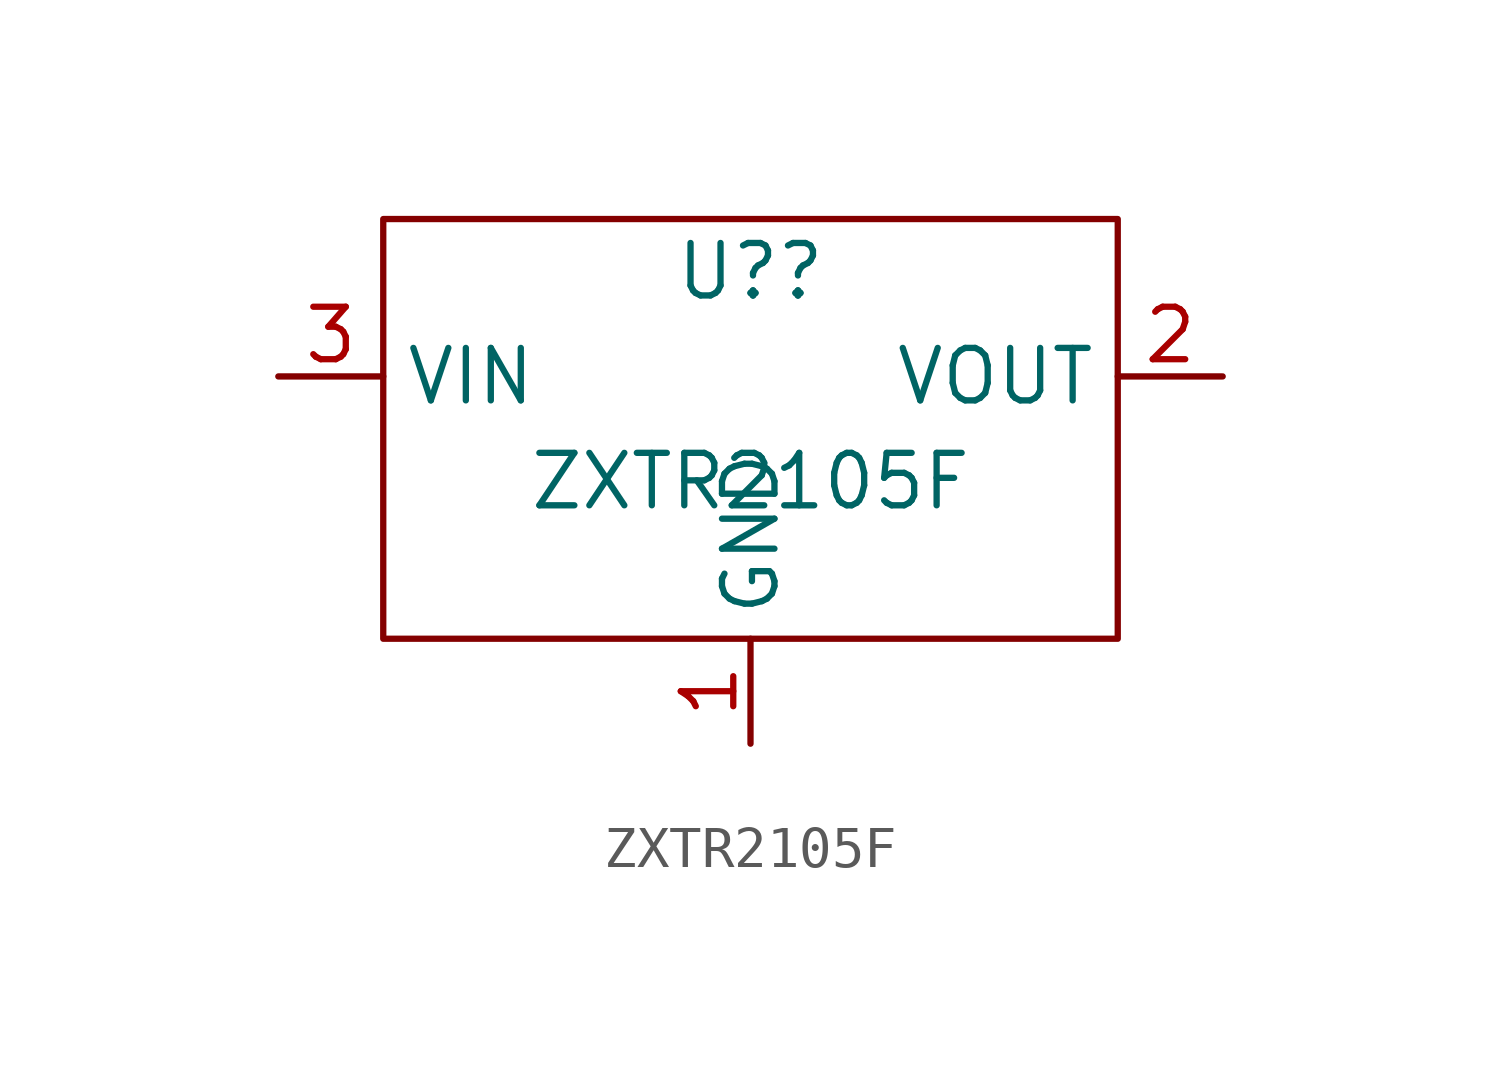
<source format=kicad_sym>
(kicad_symbol_lib
  (version 20231120)
  (generator "kicad_symbol_editor")
  (generator_version "8.0")
  (symbol "ZXTR2105F"
    (property "Reference" "U?"
      (at 0 5.08 0)
      (effects (font (size 1.27 1.27))))
    (property "Value" "ZXTR2105F"
      (at 0 0 0)
      (effects (font (size 1.27 1.27))))
    (symbol "ZXTR2105F_0_1"
      (rectangle (start -8.89 6.35) (end 8.89 -3.81) (stroke (width 0) (type default)) (fill (type none))))
    (symbol "ZXTR2105F_1_1"
      (pin passive line (at 0 -6.35 90) (length 2.54) (name "GND" (effects (font (size 1.27 1.27)))) (number "1" (effects (font (size 1.27 1.27)))))
      (pin power_out line (at 11.43 2.54 180) (length 2.54) (name "VOUT" (effects (font (size 1.27 1.27)))) (number "2" (effects (font (size 1.27 1.27)))))
      (pin power_in line (at -11.43 2.54 0) (length 2.54) (name "VIN" (effects (font (size 1.27 1.27)))) (number "3" (effects (font (size 1.27 1.27))))))))
</source>
